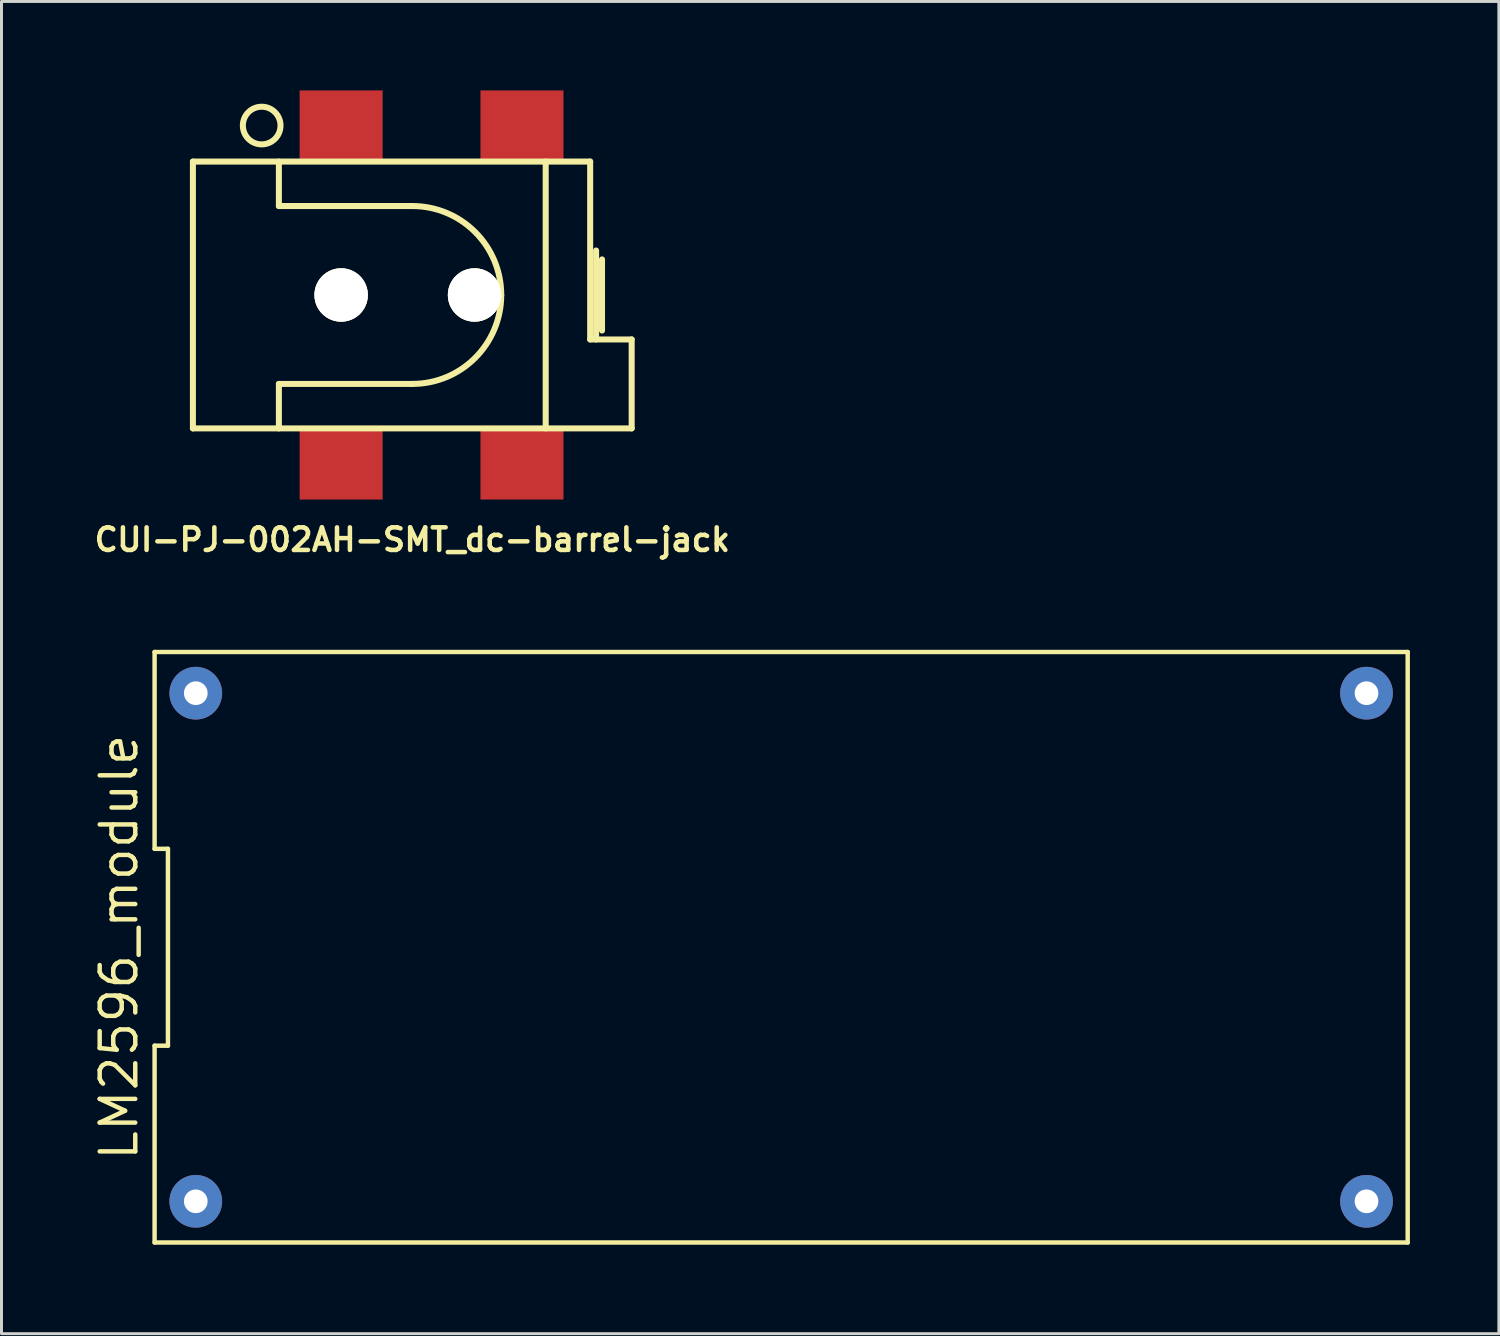
<source format=kicad_pcb>
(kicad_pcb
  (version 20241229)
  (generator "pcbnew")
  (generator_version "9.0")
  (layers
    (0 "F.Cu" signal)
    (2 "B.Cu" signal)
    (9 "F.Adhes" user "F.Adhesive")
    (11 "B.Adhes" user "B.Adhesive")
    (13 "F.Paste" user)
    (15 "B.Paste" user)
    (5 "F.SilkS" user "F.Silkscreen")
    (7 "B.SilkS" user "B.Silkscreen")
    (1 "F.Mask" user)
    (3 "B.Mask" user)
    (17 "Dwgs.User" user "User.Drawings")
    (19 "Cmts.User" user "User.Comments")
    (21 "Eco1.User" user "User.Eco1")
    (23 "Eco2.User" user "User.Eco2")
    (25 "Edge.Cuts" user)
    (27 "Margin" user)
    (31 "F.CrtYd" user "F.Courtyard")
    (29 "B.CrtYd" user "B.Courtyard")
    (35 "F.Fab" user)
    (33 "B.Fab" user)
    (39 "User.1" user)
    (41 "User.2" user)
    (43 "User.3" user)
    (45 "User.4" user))
  (footprint "LM2596_module"
    (layer "F.Cu")
    (at 23.299 28.902)
    (property "Reference" "LM2596_module" (at -22.334 0 90) (layer "F.SilkS") (effects (font (size 1.2 1.2) (thickness 0.15))))
    (attr through_hole)
    (fp_line (start -21.134 -9.959) (end -21.134 -3.32) (stroke (width 0.15) (type solid)) (layer "F.SilkS"))
    (fp_line (start -21.134 -3.32) (end -20.684 -3.32) (stroke (width 0.15) (type solid)) (layer "F.SilkS"))
    (fp_line (start -21.134 3.32) (end -21.134 9.959) (stroke (width 0.15) (type solid)) (layer "F.SilkS"))
    (fp_line (start -21.134 9.959) (end 21.134 9.959) (stroke (width 0.15) (type solid)) (layer "F.SilkS"))
    (fp_line (start -20.684 -3.32) (end -20.684 3.32) (stroke (width 0.15) (type solid)) (layer "F.SilkS"))
    (fp_line (start -20.684 3.32) (end -21.134 3.32) (stroke (width 0.15) (type solid)) (layer "F.SilkS"))
    (fp_line (start 21.134 -9.959) (end -21.134 -9.959) (stroke (width 0.15) (type solid)) (layer "F.SilkS"))
    (fp_line (start 21.134 9.959) (end 21.134 -9.959) (stroke (width 0.15) (type solid)) (layer "F.SilkS"))
    (pad "1" thru_hole circle (at -19.745 -8.57) (size 1.778 1.778) (drill 0.8) (layers "*.Cu" "*.Mask"))
    (pad "2" thru_hole circle (at -19.745 8.57) (size 1.778 1.778) (drill 0.8) (layers "*.Cu" "*.Mask"))
    (pad "3" thru_hole circle (at 19.745 8.57) (size 1.778 1.778) (drill 0.8) (layers "*.Cu" "*.Mask"))
    (pad "4" thru_hole circle (at 19.745 -8.57) (size 1.778 1.778) (drill 0.8) (layers "*.Cu" "*.Mask")))
  (footprint "CUI-PJ-002AH-SMT_dc-barrel-jack"
    (layer "F.Cu")
    (at 10.857 6.9)
    (property "Reference" "CUI-PJ-002AH-SMT_dc-barrel-jack" (at 0 8.255 0) (layer "F.SilkS") (effects (font (size 0.762 0.762) (thickness 0.152))))
    (attr smd)
    (fp_line (start -7.4 -4.5) (end -7.4 4.5) (stroke (width 0.203) (type solid)) (layer "F.SilkS"))
    (fp_line (start -7.4 4.5) (end 7.4 4.5) (stroke (width 0.203) (type solid)) (layer "F.SilkS"))
    (fp_line (start -4.5 -3) (end -4.5 -4.5) (stroke (width 0.203) (type solid)) (layer "F.SilkS"))
    (fp_line (start -4.5 3) (end 0 3) (stroke (width 0.203) (type solid)) (layer "F.SilkS"))
    (fp_line (start -4.5 4.5) (end -4.5 3) (stroke (width 0.203) (type solid)) (layer "F.SilkS"))
    (fp_line (start 0 -3) (end -4.5 -3) (stroke (width 0.203) (type solid)) (layer "F.SilkS"))
    (fp_line (start 4.5 -4.5) (end 4.5 4.5) (stroke (width 0.203) (type solid)) (layer "F.SilkS"))
    (fp_line (start 6 -4.5) (end -7.4 -4.5) (stroke (width 0.203) (type solid)) (layer "F.SilkS"))
    (fp_line (start 6 1.5) (end 6 -4.5) (stroke (width 0.203) (type solid)) (layer "F.SilkS"))
    (fp_line (start 6.2 1.5) (end 6.2 -1.5) (stroke (width 0.203) (type solid)) (layer "F.SilkS"))
    (fp_line (start 6.4 -1.2) (end 6.4 1.2) (stroke (width 0.203) (type solid)) (layer "F.SilkS"))
    (fp_line (start 7.4 1.5) (end 6 1.5) (stroke (width 0.203) (type solid)) (layer "F.SilkS"))
    (fp_line (start 7.4 4.5) (end 7.4 1.5) (stroke (width 0.203) (type solid)) (layer "F.SilkS"))
    (fp_arc (start 0 -3) (mid 2.12132 -2.12132) (end 3 0) (stroke (width 0.2032) (type solid)) (layer "F.SilkS"))
    (fp_arc (start 3 0) (mid 2.12132 2.12132) (end 0 3) (stroke (width 0.2032) (type solid)) (layer "F.SilkS"))
    (fp_circle (center -5.08 -5.715) (end -4.445 -5.715) (stroke (width 0.203) (type solid)) (fill no) (layer "F.SilkS"))
    (pad "" thru_hole circle (at -2.4 0) (size 1.8 1.8) (drill 1.8) (layers "*.Cu" "*.Mask" "F.SilkS"))
    (pad "" thru_hole circle (at 2.1 0) (size 1.8 1.8) (drill 1.8) (layers "*.Cu" "*.Mask" "F.SilkS"))
    (pad "1" smd rect (at -2.4 -5.7) (size 2.8 2.4) (layers "F.Cu" "F.Mask" "F.Paste"))
    (pad "1" smd rect (at 3.7 -5.7) (size 2.8 2.4) (layers "F.Cu" "F.Mask" "F.Paste"))
    (pad "2" smd rect (at -2.4 5.7) (size 2.8 2.4) (layers "F.Cu" "F.Mask" "F.Paste"))
    (pad "3" smd rect (at 3.7 5.7) (size 2.8 2.4) (layers "F.Cu" "F.Mask" "F.Paste")))
  (gr_rect
    (start -3 -3)
    (end 47.508 41.936)
    (stroke (width 0.1) (type default))
    (fill no)
    (layer "Edge.Cuts")))
</source>
